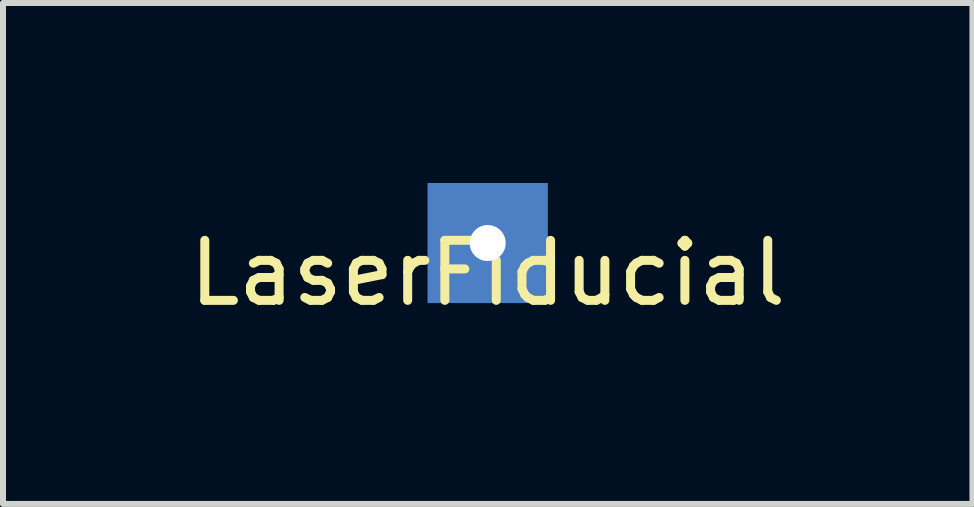
<source format=kicad_pcb>
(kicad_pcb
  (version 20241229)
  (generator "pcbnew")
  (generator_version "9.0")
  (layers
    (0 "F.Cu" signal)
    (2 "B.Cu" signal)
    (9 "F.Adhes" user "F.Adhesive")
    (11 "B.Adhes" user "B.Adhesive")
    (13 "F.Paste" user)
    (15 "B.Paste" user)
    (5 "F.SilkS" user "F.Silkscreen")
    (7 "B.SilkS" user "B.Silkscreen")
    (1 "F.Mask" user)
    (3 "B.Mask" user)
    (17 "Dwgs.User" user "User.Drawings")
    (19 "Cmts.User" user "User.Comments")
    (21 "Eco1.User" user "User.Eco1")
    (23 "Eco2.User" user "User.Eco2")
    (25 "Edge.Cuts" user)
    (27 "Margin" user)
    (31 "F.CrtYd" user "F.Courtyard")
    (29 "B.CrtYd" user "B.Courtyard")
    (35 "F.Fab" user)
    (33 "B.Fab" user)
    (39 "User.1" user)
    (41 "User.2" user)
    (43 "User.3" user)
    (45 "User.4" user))
  (footprint "LaserFiducial"
    (layer "F.Cu")
    (at 5.077 1)
    (property "Reference" "LaserFiducial" (at 0 0.5 0) (layer "F.SilkS") (effects (font (size 1 1) (thickness 0.15))))
    (attr through_hole)
    (fp_circle (center 0 0) (end 0.3 0) (stroke (width 0.1) (type solid)) (fill no) (layer "Eco1.User"))
    (pad "1" thru_hole rect (at 0 0) (size 2 2) (drill 0.6) (layers "*.Cu" "*.Mask")))
  (gr_rect
    (start -3 -3)
    (end 13.155 5.348)
    (stroke (width 0.1) (type default))
    (fill no)
    (layer "Edge.Cuts")))
</source>
